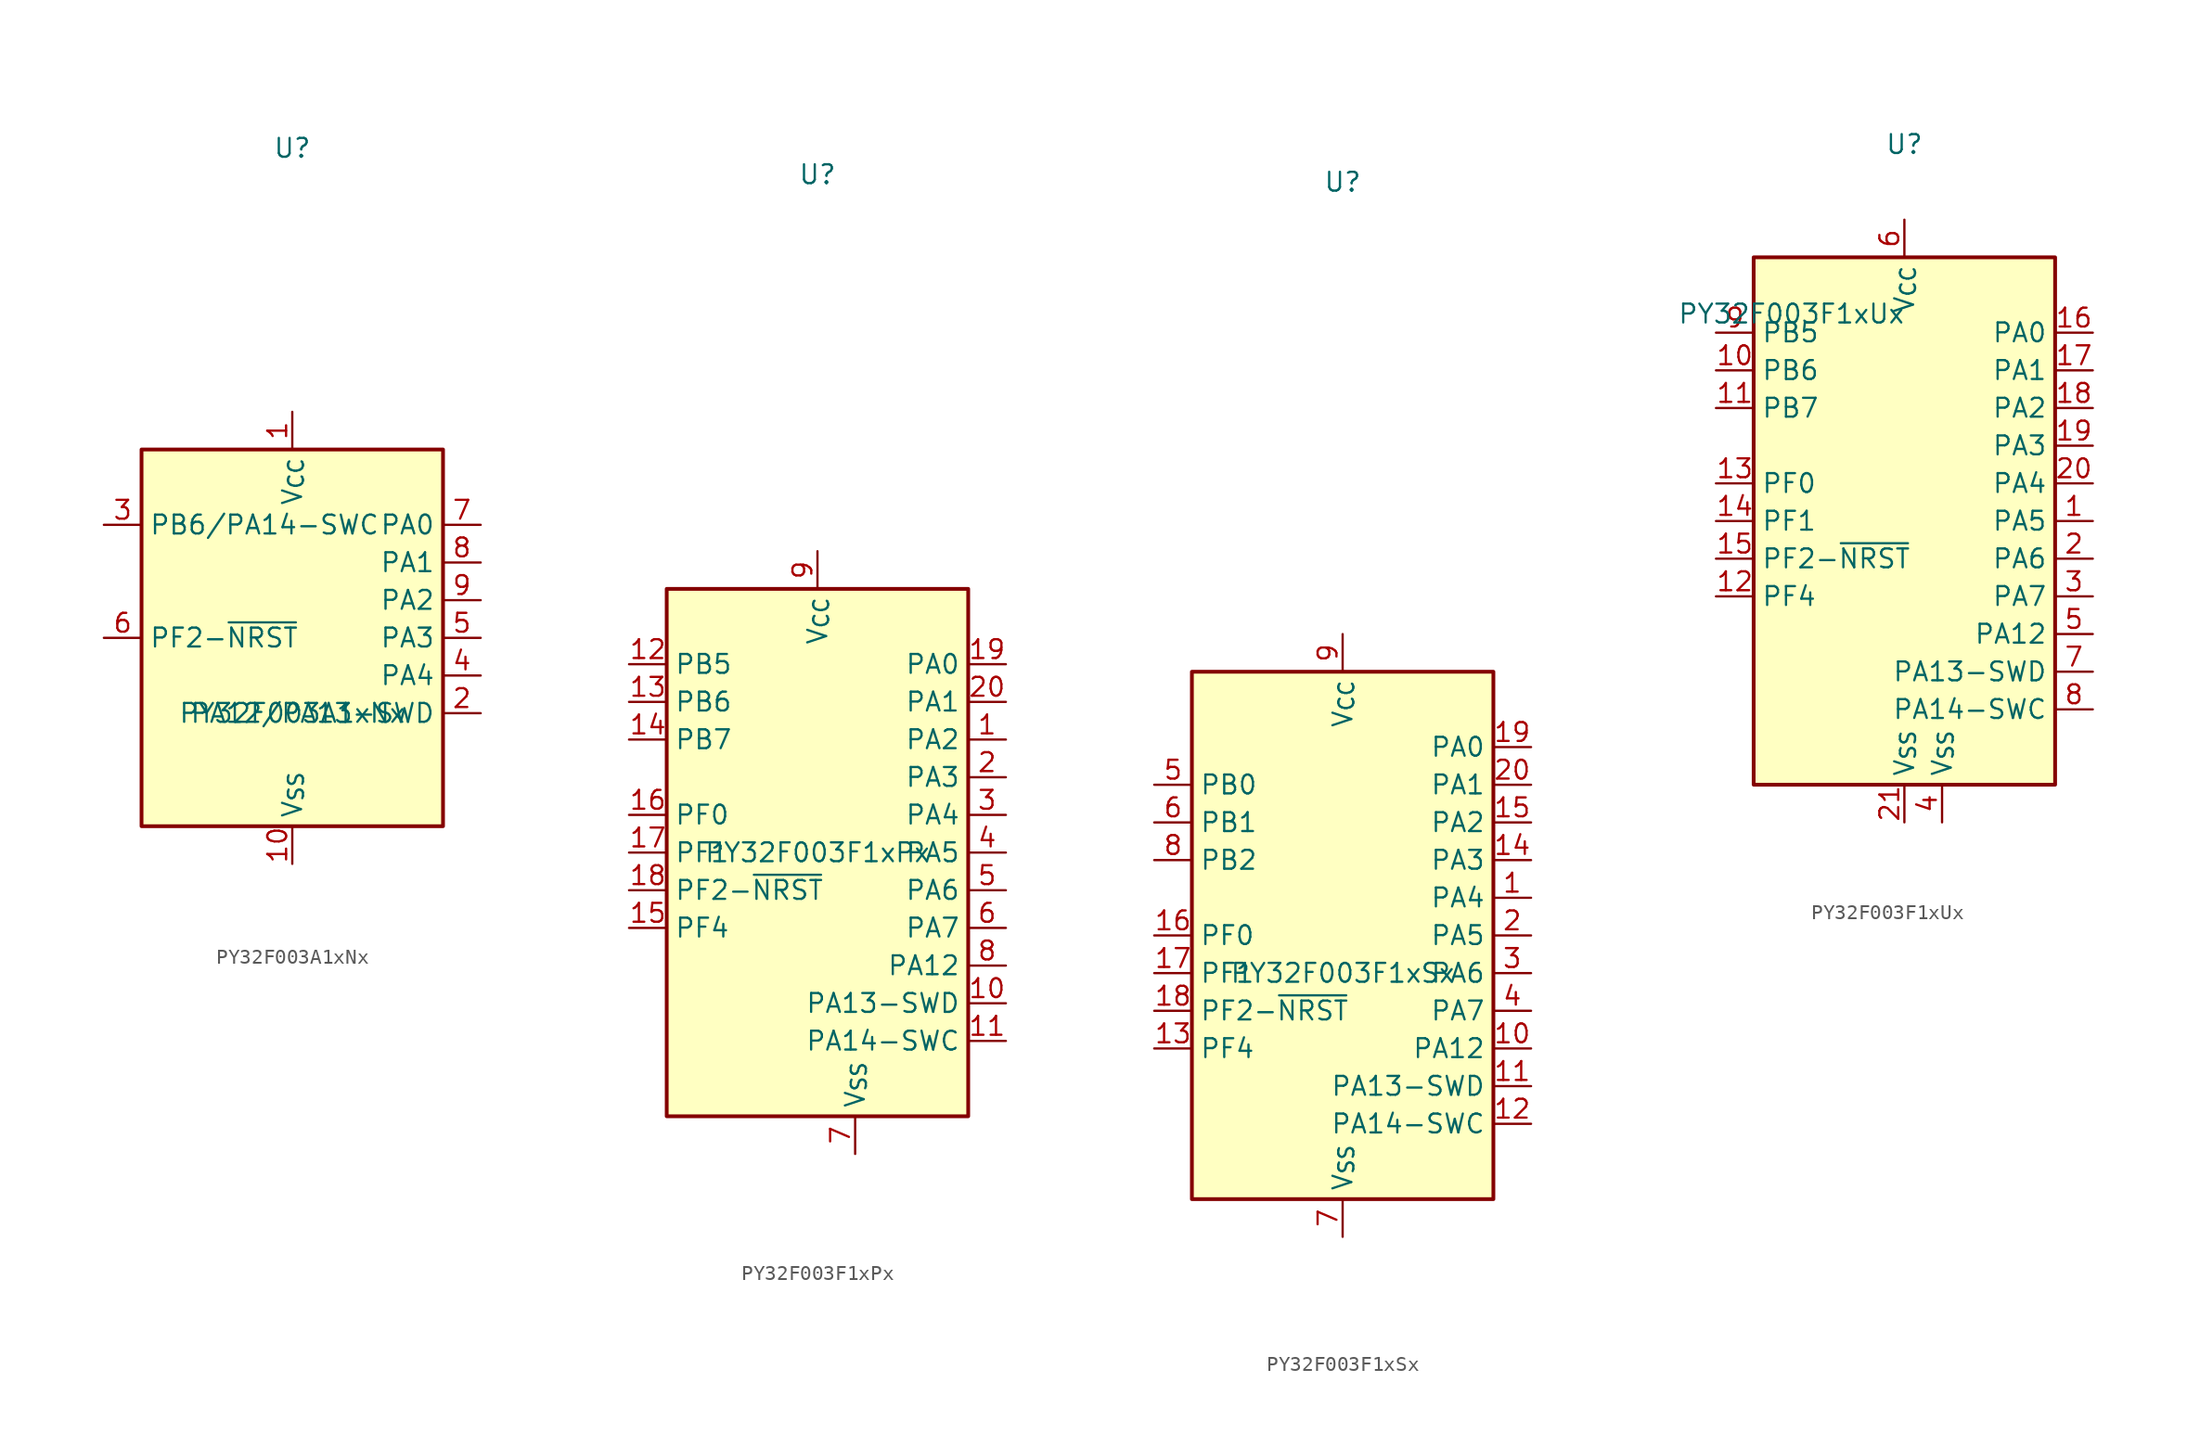
<source format=kicad_sym>
(kicad_symbol_lib
  (version 20231120)
  (generator "kicad_symbol_editor")
  (generator_version "8.0")
  (symbol "PY32F003A1xNx"
    (property "Reference" "U"
      (at 0 33.02 0)
      (effects (font (size 1.27 1.27))))
    (property "Value" "PY32F003A1xNx"
      (at 0 -5.08 0)
      (effects (font (size 1.27 1.27))))
    (symbol "PY32F003A1xNx_1_1"
      (rectangle (start -10.16 12.7) (end 10.16 -12.7) (stroke (width 0.254) (type default)) (fill (type background)))
      (pin power_in line (at 0 15.24 270) (length 2.54) (name "V_{CC}" (effects (font (size 1.27 1.27)))) (number "1" (effects (font (size 1.27 1.27)))))
      (pin power_in line (at 0 -15.24 90) (length 2.54) (name "V_{SS}" (effects (font (size 1.27 1.27)))) (number "10" (effects (font (size 1.27 1.27)))))
      (pin bidirectional line (at 12.7 -5.08 180) (length 2.54) (name "PA12/PA13-SWD" (effects (font (size 1.27 1.27)))) (number "2" (effects (font (size 1.27 1.27)))))
      (pin bidirectional line (at -12.7 7.62 0) (length 2.54) (name "PB6/PA14-SWC" (effects (font (size 1.27 1.27)))) (number "3" (effects (font (size 1.27 1.27)))))
      (pin bidirectional line (at 12.7 -2.54 180) (length 2.54) (name "PA4" (effects (font (size 1.27 1.27)))) (number "4" (effects (font (size 1.27 1.27)))))
      (pin bidirectional line (at 12.7 0 180) (length 2.54) (name "PA3" (effects (font (size 1.27 1.27)))) (number "5" (effects (font (size 1.27 1.27)))))
      (pin bidirectional line (at -12.7 0 0) (length 2.54) (name "PF2-~{NRST}" (effects (font (size 1.27 1.27)))) (number "6" (effects (font (size 1.27 1.27)))))
      (pin bidirectional line (at 12.7 7.62 180) (length 2.54) (name "PA0" (effects (font (size 1.27 1.27)))) (number "7" (effects (font (size 1.27 1.27)))))
      (pin bidirectional line (at 12.7 5.08 180) (length 2.54) (name "PA1" (effects (font (size 1.27 1.27)))) (number "8" (effects (font (size 1.27 1.27)))))
      (pin bidirectional line (at 12.7 2.54 180) (length 2.54) (name "PA2" (effects (font (size 1.27 1.27)))) (number "9" (effects (font (size 1.27 1.27)))))))
  (symbol "PY32F003F1xPx"
    (property "Reference" "U"
      (at 0 45.72 0)
      (effects (font (size 1.27 1.27))))
    (property "Value" "PY32F003F1xPx"
      (at 0 0 0)
      (effects (font (size 1.27 1.27))))
    (symbol "PY32F003F1xPx_1_0"
      (pin bidirectional line (at -12.7 -5.08 0) (length 2.54) (name "PF4" (effects (font (size 1.27 1.27)))) (number "15" (effects (font (size 1.27 1.27))))))
    (symbol "PY32F003F1xPx_1_1"
      (rectangle (start -10.16 17.78) (end 10.16 -17.78) (stroke (width 0.254) (type default)) (fill (type background)))
      (pin bidirectional line (at 12.7 7.62 180) (length 2.54) (name "PA2" (effects (font (size 1.27 1.27)))) (number "1" (effects (font (size 1.27 1.27)))))
      (pin bidirectional line (at 12.7 -10.16 180) (length 2.54) (name "PA13-SWD" (effects (font (size 1.27 1.27)))) (number "10" (effects (font (size 1.27 1.27)))))
      (pin bidirectional line (at 12.7 -12.7 180) (length 2.54) (name "PA14-SWC" (effects (font (size 1.27 1.27)))) (number "11" (effects (font (size 1.27 1.27)))))
      (pin bidirectional line (at -12.7 12.7 0) (length 2.54) (name "PB5" (effects (font (size 1.27 1.27)))) (number "12" (effects (font (size 1.27 1.27)))))
      (pin bidirectional line (at -12.7 10.16 0) (length 2.54) (name "PB6" (effects (font (size 1.27 1.27)))) (number "13" (effects (font (size 1.27 1.27)))))
      (pin bidirectional line (at -12.7 7.62 0) (length 2.54) (name "PB7" (effects (font (size 1.27 1.27)))) (number "14" (effects (font (size 1.27 1.27)))))
      (pin bidirectional line (at -12.7 2.54 0) (length 2.54) (name "PF0" (effects (font (size 1.27 1.27)))) (number "16" (effects (font (size 1.27 1.27)))))
      (pin bidirectional line (at -12.7 0 0) (length 2.54) (name "PF1" (effects (font (size 1.27 1.27)))) (number "17" (effects (font (size 1.27 1.27)))))
      (pin bidirectional line (at -12.7 -2.54 0) (length 2.54) (name "PF2-~{NRST}" (effects (font (size 1.27 1.27)))) (number "18" (effects (font (size 1.27 1.27)))))
      (pin bidirectional line (at 12.7 12.7 180) (length 2.54) (name "PA0" (effects (font (size 1.27 1.27)))) (number "19" (effects (font (size 1.27 1.27)))))
      (pin bidirectional line (at 12.7 5.08 180) (length 2.54) (name "PA3" (effects (font (size 1.27 1.27)))) (number "2" (effects (font (size 1.27 1.27)))))
      (pin bidirectional line (at 12.7 10.16 180) (length 2.54) (name "PA1" (effects (font (size 1.27 1.27)))) (number "20" (effects (font (size 1.27 1.27)))))
      (pin bidirectional line (at 12.7 2.54 180) (length 2.54) (name "PA4" (effects (font (size 1.27 1.27)))) (number "3" (effects (font (size 1.27 1.27)))))
      (pin bidirectional line (at 12.7 0 180) (length 2.54) (name "PA5" (effects (font (size 1.27 1.27)))) (number "4" (effects (font (size 1.27 1.27)))))
      (pin bidirectional line (at 12.7 -2.54 180) (length 2.54) (name "PA6" (effects (font (size 1.27 1.27)))) (number "5" (effects (font (size 1.27 1.27)))))
      (pin bidirectional line (at 12.7 -5.08 180) (length 2.54) (name "PA7" (effects (font (size 1.27 1.27)))) (number "6" (effects (font (size 1.27 1.27)))))
      (pin power_in line (at 2.54 -20.32 90) (length 2.54) (name "V_{SS}" (effects (font (size 1.27 1.27)))) (number "7" (effects (font (size 1.27 1.27)))))
      (pin bidirectional line (at 12.7 -7.62 180) (length 2.54) (name "PA12" (effects (font (size 1.27 1.27)))) (number "8" (effects (font (size 1.27 1.27)))))
      (pin power_in line (at 0 20.32 270) (length 2.54) (name "V_{CC}" (effects (font (size 1.27 1.27)))) (number "9" (effects (font (size 1.27 1.27)))))))
  (symbol "PY32F003F1xSx"
    (property "Reference" "U"
      (at 0 53.34 0)
      (effects (font (size 1.27 1.27))))
    (property "Value" "PY32F003F1xSx"
      (at 0 0 0)
      (effects (font (size 1.27 1.27))))
    (symbol "PY32F003F1xSx_1_0"
      (pin bidirectional line (at 12.7 -5.08 180) (length 2.54) (name "PA12" (effects (font (size 1.27 1.27)))) (number "10" (effects (font (size 1.27 1.27)))))
      (pin bidirectional line (at -12.7 -5.08 0) (length 2.54) (name "PF4" (effects (font (size 1.27 1.27)))) (number "13" (effects (font (size 1.27 1.27)))))
      (pin bidirectional line (at 12.7 10.16 180) (length 2.54) (name "PA2" (effects (font (size 1.27 1.27)))) (number "15" (effects (font (size 1.27 1.27)))))
      (pin bidirectional line (at -12.7 2.54 0) (length 2.54) (name "PF0" (effects (font (size 1.27 1.27)))) (number "16" (effects (font (size 1.27 1.27)))))
      (pin bidirectional line (at -12.7 0 0) (length 2.54) (name "PF1" (effects (font (size 1.27 1.27)))) (number "17" (effects (font (size 1.27 1.27)))))
      (pin bidirectional line (at 12.7 15.24 180) (length 2.54) (name "PA0" (effects (font (size 1.27 1.27)))) (number "19" (effects (font (size 1.27 1.27)))))
      (pin bidirectional line (at 12.7 2.54 180) (length 2.54) (name "PA5" (effects (font (size 1.27 1.27)))) (number "2" (effects (font (size 1.27 1.27)))))
      (pin bidirectional line (at 12.7 12.7 180) (length 2.54) (name "PA1" (effects (font (size 1.27 1.27)))) (number "20" (effects (font (size 1.27 1.27)))))
      (pin bidirectional line (at 12.7 0 180) (length 2.54) (name "PA6" (effects (font (size 1.27 1.27)))) (number "3" (effects (font (size 1.27 1.27)))))
      (pin bidirectional line (at 12.7 -2.54 180) (length 2.54) (name "PA7" (effects (font (size 1.27 1.27)))) (number "4" (effects (font (size 1.27 1.27)))))
      (pin bidirectional line (at -12.7 12.7 0) (length 2.54) (name "PB0" (effects (font (size 1.27 1.27)))) (number "5" (effects (font (size 1.27 1.27)))))
      (pin bidirectional line (at -12.7 10.16 0) (length 2.54) (name "PB1" (effects (font (size 1.27 1.27)))) (number "6" (effects (font (size 1.27 1.27)))))
      (pin bidirectional line (at -12.7 7.62 0) (length 2.54) (name "PB2" (effects (font (size 1.27 1.27)))) (number "8" (effects (font (size 1.27 1.27))))))
    (symbol "PY32F003F1xSx_1_1"
      (rectangle (start -10.16 20.32) (end 10.16 -15.24) (stroke (width 0.254) (type default)) (fill (type background)))
      (pin bidirectional line (at 12.7 5.08 180) (length 2.54) (name "PA4" (effects (font (size 1.27 1.27)))) (number "1" (effects (font (size 1.27 1.27)))))
      (pin bidirectional line (at 12.7 -7.62 180) (length 2.54) (name "PA13-SWD" (effects (font (size 1.27 1.27)))) (number "11" (effects (font (size 1.27 1.27)))))
      (pin bidirectional line (at 12.7 -10.16 180) (length 2.54) (name "PA14-SWC" (effects (font (size 1.27 1.27)))) (number "12" (effects (font (size 1.27 1.27)))))
      (pin bidirectional line (at 12.7 7.62 180) (length 2.54) (name "PA3" (effects (font (size 1.27 1.27)))) (number "14" (effects (font (size 1.27 1.27)))))
      (pin bidirectional line (at -12.7 -2.54 0) (length 2.54) (name "PF2-~{NRST}" (effects (font (size 1.27 1.27)))) (number "18" (effects (font (size 1.27 1.27)))))
      (pin power_in line (at 0 -17.78 90) (length 2.54) (name "V_{SS}" (effects (font (size 1.27 1.27)))) (number "7" (effects (font (size 1.27 1.27)))))
      (pin power_in line (at 0 22.86 270) (length 2.54) (name "V_{CC}" (effects (font (size 1.27 1.27)))) (number "9" (effects (font (size 1.27 1.27)))))))
  (symbol "PY32F003F1xUx"
    (property "Reference" "U"
      (at 0 25.4 0)
      (effects (font (size 1.27 1.27))))
    (property "Value" "PY32F003F1xUx"
      (at -7.62 13.97 0)
      (effects (font (size 1.27 1.27))))
    (symbol "PY32F003F1xUx_1_1"
      (rectangle (start -10.16 17.78) (end 10.16 -17.78) (stroke (width 0.254) (type default)) (fill (type background)))
      (pin bidirectional line (at 12.7 0 180) (length 2.54) (name "PA5" (effects (font (size 1.27 1.27)))) (number "1" (effects (font (size 1.27 1.27)))))
      (pin bidirectional line (at -12.7 10.16 0) (length 2.54) (name "PB6" (effects (font (size 1.27 1.27)))) (number "10" (effects (font (size 1.27 1.27)))))
      (pin bidirectional line (at -12.7 7.62 0) (length 2.54) (name "PB7" (effects (font (size 1.27 1.27)))) (number "11" (effects (font (size 1.27 1.27)))))
      (pin bidirectional line (at -12.7 -5.08 0) (length 2.54) (name "PF4" (effects (font (size 1.27 1.27)))) (number "12" (effects (font (size 1.27 1.27)))))
      (pin bidirectional line (at -12.7 2.54 0) (length 2.54) (name "PF0" (effects (font (size 1.27 1.27)))) (number "13" (effects (font (size 1.27 1.27)))))
      (pin bidirectional line (at -12.7 0 0) (length 2.54) (name "PF1" (effects (font (size 1.27 1.27)))) (number "14" (effects (font (size 1.27 1.27)))))
      (pin bidirectional line (at -12.7 -2.54 0) (length 2.54) (name "PF2-~{NRST}" (effects (font (size 1.27 1.27)))) (number "15" (effects (font (size 1.27 1.27)))))
      (pin bidirectional line (at 12.7 12.7 180) (length 2.54) (name "PA0" (effects (font (size 1.27 1.27)))) (number "16" (effects (font (size 1.27 1.27)))))
      (pin bidirectional line (at 12.7 10.16 180) (length 2.54) (name "PA1" (effects (font (size 1.27 1.27)))) (number "17" (effects (font (size 1.27 1.27)))))
      (pin bidirectional line (at 12.7 7.62 180) (length 2.54) (name "PA2" (effects (font (size 1.27 1.27)))) (number "18" (effects (font (size 1.27 1.27)))))
      (pin bidirectional line (at 12.7 5.08 180) (length 2.54) (name "PA3" (effects (font (size 1.27 1.27)))) (number "19" (effects (font (size 1.27 1.27)))))
      (pin bidirectional line (at 12.7 -2.54 180) (length 2.54) (name "PA6" (effects (font (size 1.27 1.27)))) (number "2" (effects (font (size 1.27 1.27)))))
      (pin bidirectional line (at 12.7 2.54 180) (length 2.54) (name "PA4" (effects (font (size 1.27 1.27)))) (number "20" (effects (font (size 1.27 1.27)))))
      (pin power_in line (at 0 -20.32 90) (length 2.54) (name "V_{SS}" (effects (font (size 1.27 1.27)))) (number "21" (effects (font (size 1.27 1.27)))))
      (pin bidirectional line (at 12.7 -5.08 180) (length 2.54) (name "PA7" (effects (font (size 1.27 1.27)))) (number "3" (effects (font (size 1.27 1.27)))))
      (pin power_in line (at 2.54 -20.32 90) (length 2.54) (name "V_{SS}" (effects (font (size 1.27 1.27)))) (number "4" (effects (font (size 1.27 1.27)))))
      (pin bidirectional line (at 12.7 -7.62 180) (length 2.54) (name "PA12" (effects (font (size 1.27 1.27)))) (number "5" (effects (font (size 1.27 1.27)))))
      (pin power_in line (at 0 20.32 270) (length 2.54) (name "V_{CC}" (effects (font (size 1.27 1.27)))) (number "6" (effects (font (size 1.27 1.27)))))
      (pin bidirectional line (at 12.7 -10.16 180) (length 2.54) (name "PA13-SWD" (effects (font (size 1.27 1.27)))) (number "7" (effects (font (size 1.27 1.27)))))
      (pin bidirectional line (at 12.7 -12.7 180) (length 2.54) (name "PA14-SWC" (effects (font (size 1.27 1.27)))) (number "8" (effects (font (size 1.27 1.27)))))
      (pin bidirectional line (at -12.7 12.7 0) (length 2.54) (name "PB5" (effects (font (size 1.27 1.27)))) (number "9" (effects (font (size 1.27 1.27))))))))
</source>
